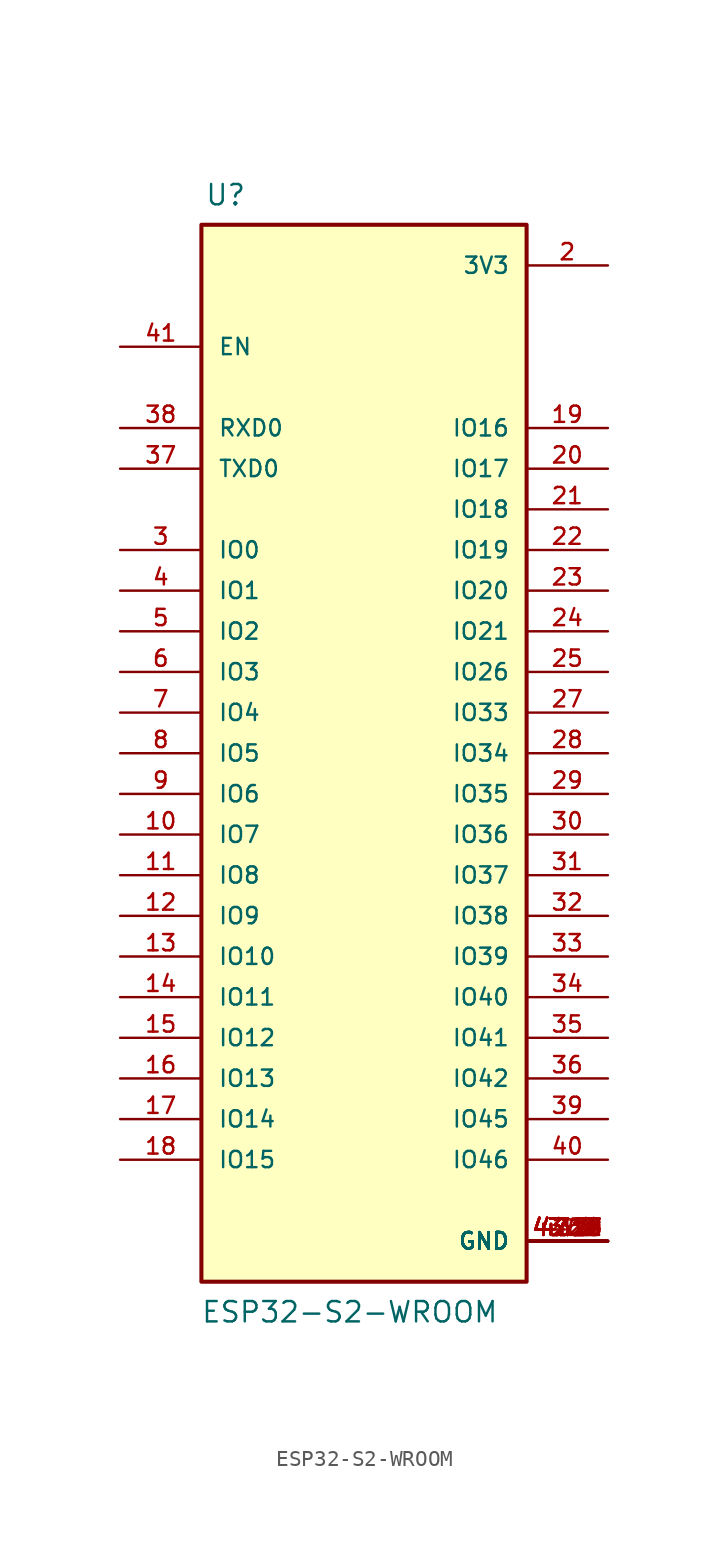
<source format=kicad_sym>
(kicad_symbol_lib
  (version 20211014)
  (generator kicad_symbol_editor)
  (symbol "ESP32-S2-WROOM"
    (pin_names
      (offset 1.016))
    (property "Reference" "U"
      (at -9.957 34.138 0)
      (effects (font (size 1.27 1.27)) (justify left bottom)))
    (property "Value" "ESP32-S2-WROOM"
      (at -10.211 -35.662 0)
      (effects (font (size 1.27 1.27)) (justify left bottom)))
    (property "ki_locked" ""
      (at 0 0 0)
      (effects (font (size 1.27 1.27))))
    (symbol "ESP32-S2-WROOM_0_0"
      (rectangle (start -10.16 -33.02) (end 10.16 33.02) (stroke (width 0.254) (type default) (color 0 0 0 0)) (fill (type background)))
      (pin power_in line (at 15.24 -30.48 180) (length 5.08) (name "GND" (effects (font (size 1.016 1.016)))) (number "1" (effects (font (size 1.016 1.016)))))
      (pin bidirectional line (at -15.24 -5.08 0) (length 5.08) (name "IO7" (effects (font (size 1.016 1.016)))) (number "10" (effects (font (size 1.016 1.016)))))
      (pin bidirectional line (at -15.24 -7.62 0) (length 5.08) (name "IO8" (effects (font (size 1.016 1.016)))) (number "11" (effects (font (size 1.016 1.016)))))
      (pin bidirectional line (at -15.24 -10.16 0) (length 5.08) (name "IO9" (effects (font (size 1.016 1.016)))) (number "12" (effects (font (size 1.016 1.016)))))
      (pin bidirectional line (at -15.24 -12.7 0) (length 5.08) (name "IO10" (effects (font (size 1.016 1.016)))) (number "13" (effects (font (size 1.016 1.016)))))
      (pin bidirectional line (at -15.24 -15.24 0) (length 5.08) (name "IO11" (effects (font (size 1.016 1.016)))) (number "14" (effects (font (size 1.016 1.016)))))
      (pin bidirectional line (at -15.24 -17.78 0) (length 5.08) (name "IO12" (effects (font (size 1.016 1.016)))) (number "15" (effects (font (size 1.016 1.016)))))
      (pin bidirectional line (at -15.24 -20.32 0) (length 5.08) (name "IO13" (effects (font (size 1.016 1.016)))) (number "16" (effects (font (size 1.016 1.016)))))
      (pin bidirectional line (at -15.24 -22.86 0) (length 5.08) (name "IO14" (effects (font (size 1.016 1.016)))) (number "17" (effects (font (size 1.016 1.016)))))
      (pin bidirectional line (at -15.24 -25.4 0) (length 5.08) (name "IO15" (effects (font (size 1.016 1.016)))) (number "18" (effects (font (size 1.016 1.016)))))
      (pin bidirectional line (at 15.24 20.32 180) (length 5.08) (name "IO16" (effects (font (size 1.016 1.016)))) (number "19" (effects (font (size 1.016 1.016)))))
      (pin power_in line (at 15.24 30.48 180) (length 5.08) (name "3V3" (effects (font (size 1.016 1.016)))) (number "2" (effects (font (size 1.016 1.016)))))
      (pin bidirectional line (at 15.24 17.78 180) (length 5.08) (name "IO17" (effects (font (size 1.016 1.016)))) (number "20" (effects (font (size 1.016 1.016)))))
      (pin bidirectional line (at 15.24 15.24 180) (length 5.08) (name "IO18" (effects (font (size 1.016 1.016)))) (number "21" (effects (font (size 1.016 1.016)))))
      (pin bidirectional line (at 15.24 12.7 180) (length 5.08) (name "IO19" (effects (font (size 1.016 1.016)))) (number "22" (effects (font (size 1.016 1.016)))))
      (pin bidirectional line (at 15.24 10.16 180) (length 5.08) (name "IO20" (effects (font (size 1.016 1.016)))) (number "23" (effects (font (size 1.016 1.016)))))
      (pin bidirectional line (at 15.24 7.62 180) (length 5.08) (name "IO21" (effects (font (size 1.016 1.016)))) (number "24" (effects (font (size 1.016 1.016)))))
      (pin bidirectional line (at 15.24 5.08 180) (length 5.08) (name "IO26" (effects (font (size 1.016 1.016)))) (number "25" (effects (font (size 1.016 1.016)))))
      (pin power_in line (at 15.24 -30.48 180) (length 5.08) (name "GND" (effects (font (size 1.016 1.016)))) (number "26" (effects (font (size 1.016 1.016)))))
      (pin bidirectional line (at 15.24 2.54 180) (length 5.08) (name "IO33" (effects (font (size 1.016 1.016)))) (number "27" (effects (font (size 1.016 1.016)))))
      (pin bidirectional line (at 15.24 0 180) (length 5.08) (name "IO34" (effects (font (size 1.016 1.016)))) (number "28" (effects (font (size 1.016 1.016)))))
      (pin bidirectional line (at 15.24 -2.54 180) (length 5.08) (name "IO35" (effects (font (size 1.016 1.016)))) (number "29" (effects (font (size 1.016 1.016)))))
      (pin bidirectional line (at -15.24 12.7 0) (length 5.08) (name "IO0" (effects (font (size 1.016 1.016)))) (number "3" (effects (font (size 1.016 1.016)))))
      (pin bidirectional line (at 15.24 -5.08 180) (length 5.08) (name "IO36" (effects (font (size 1.016 1.016)))) (number "30" (effects (font (size 1.016 1.016)))))
      (pin bidirectional line (at 15.24 -7.62 180) (length 5.08) (name "IO37" (effects (font (size 1.016 1.016)))) (number "31" (effects (font (size 1.016 1.016)))))
      (pin bidirectional line (at 15.24 -10.16 180) (length 5.08) (name "IO38" (effects (font (size 1.016 1.016)))) (number "32" (effects (font (size 1.016 1.016)))))
      (pin bidirectional line (at 15.24 -12.7 180) (length 5.08) (name "IO39" (effects (font (size 1.016 1.016)))) (number "33" (effects (font (size 1.016 1.016)))))
      (pin bidirectional line (at 15.24 -15.24 180) (length 5.08) (name "IO40" (effects (font (size 1.016 1.016)))) (number "34" (effects (font (size 1.016 1.016)))))
      (pin bidirectional line (at 15.24 -17.78 180) (length 5.08) (name "IO41" (effects (font (size 1.016 1.016)))) (number "35" (effects (font (size 1.016 1.016)))))
      (pin bidirectional line (at 15.24 -20.32 180) (length 5.08) (name "IO42" (effects (font (size 1.016 1.016)))) (number "36" (effects (font (size 1.016 1.016)))))
      (pin bidirectional line (at -15.24 17.78 0) (length 5.08) (name "TXD0" (effects (font (size 1.016 1.016)))) (number "37" (effects (font (size 1.016 1.016)))))
      (pin bidirectional line (at -15.24 20.32 0) (length 5.08) (name "RXD0" (effects (font (size 1.016 1.016)))) (number "38" (effects (font (size 1.016 1.016)))))
      (pin bidirectional line (at 15.24 -22.86 180) (length 5.08) (name "IO45" (effects (font (size 1.016 1.016)))) (number "39" (effects (font (size 1.016 1.016)))))
      (pin bidirectional line (at -15.24 10.16 0) (length 5.08) (name "IO1" (effects (font (size 1.016 1.016)))) (number "4" (effects (font (size 1.016 1.016)))))
      (pin bidirectional line (at 15.24 -25.4 180) (length 5.08) (name "IO46" (effects (font (size 1.016 1.016)))) (number "40" (effects (font (size 1.016 1.016)))))
      (pin input line (at -15.24 25.4 0) (length 5.08) (name "EN" (effects (font (size 1.016 1.016)))) (number "41" (effects (font (size 1.016 1.016)))))
      (pin power_in line (at 15.24 -30.48 180) (length 5.08) (name "GND" (effects (font (size 1.016 1.016)))) (number "42" (effects (font (size 1.016 1.016)))))
      (pin power_in line (at 15.24 -30.48 180) (length 5.08) (name "GND" (effects (font (size 1.016 1.016)))) (number "43.1" (effects (font (size 1.016 1.016)))))
      (pin power_in line (at 15.24 -30.48 180) (length 5.08) (name "GND" (effects (font (size 1.016 1.016)))) (number "43.10" (effects (font (size 1.016 1.016)))))
      (pin power_in line (at 15.24 -30.48 180) (length 5.08) (name "GND" (effects (font (size 1.016 1.016)))) (number "43.11" (effects (font (size 1.016 1.016)))))
      (pin power_in line (at 15.24 -30.48 180) (length 5.08) (name "GND" (effects (font (size 1.016 1.016)))) (number "43.12" (effects (font (size 1.016 1.016)))))
      (pin power_in line (at 15.24 -30.48 180) (length 5.08) (name "GND" (effects (font (size 1.016 1.016)))) (number "43.13" (effects (font (size 1.016 1.016)))))
      (pin power_in line (at 15.24 -30.48 180) (length 5.08) (name "GND" (effects (font (size 1.016 1.016)))) (number "43.14" (effects (font (size 1.016 1.016)))))
      (pin power_in line (at 15.24 -30.48 180) (length 5.08) (name "GND" (effects (font (size 1.016 1.016)))) (number "43.15" (effects (font (size 1.016 1.016)))))
      (pin power_in line (at 15.24 -30.48 180) (length 5.08) (name "GND" (effects (font (size 1.016 1.016)))) (number "43.16" (effects (font (size 1.016 1.016)))))
      (pin power_in line (at 15.24 -30.48 180) (length 5.08) (name "GND" (effects (font (size 1.016 1.016)))) (number "43.17" (effects (font (size 1.016 1.016)))))
      (pin power_in line (at 15.24 -30.48 180) (length 5.08) (name "GND" (effects (font (size 1.016 1.016)))) (number "43.18" (effects (font (size 1.016 1.016)))))
      (pin power_in line (at 15.24 -30.48 180) (length 5.08) (name "GND" (effects (font (size 1.016 1.016)))) (number "43.19" (effects (font (size 1.016 1.016)))))
      (pin power_in line (at 15.24 -30.48 180) (length 5.08) (name "GND" (effects (font (size 1.016 1.016)))) (number "43.2" (effects (font (size 1.016 1.016)))))
      (pin power_in line (at 15.24 -30.48 180) (length 5.08) (name "GND" (effects (font (size 1.016 1.016)))) (number "43.20" (effects (font (size 1.016 1.016)))))
      (pin power_in line (at 15.24 -30.48 180) (length 5.08) (name "GND" (effects (font (size 1.016 1.016)))) (number "43.21" (effects (font (size 1.016 1.016)))))
      (pin power_in line (at 15.24 -30.48 180) (length 5.08) (name "GND" (effects (font (size 1.016 1.016)))) (number "43.3" (effects (font (size 1.016 1.016)))))
      (pin power_in line (at 15.24 -30.48 180) (length 5.08) (name "GND" (effects (font (size 1.016 1.016)))) (number "43.4" (effects (font (size 1.016 1.016)))))
      (pin power_in line (at 15.24 -30.48 180) (length 5.08) (name "GND" (effects (font (size 1.016 1.016)))) (number "43.5" (effects (font (size 1.016 1.016)))))
      (pin power_in line (at 15.24 -30.48 180) (length 5.08) (name "GND" (effects (font (size 1.016 1.016)))) (number "43.6" (effects (font (size 1.016 1.016)))))
      (pin power_in line (at 15.24 -30.48 180) (length 5.08) (name "GND" (effects (font (size 1.016 1.016)))) (number "43.7" (effects (font (size 1.016 1.016)))))
      (pin power_in line (at 15.24 -30.48 180) (length 5.08) (name "GND" (effects (font (size 1.016 1.016)))) (number "43.8" (effects (font (size 1.016 1.016)))))
      (pin power_in line (at 15.24 -30.48 180) (length 5.08) (name "GND" (effects (font (size 1.016 1.016)))) (number "43.9" (effects (font (size 1.016 1.016)))))
      (pin bidirectional line (at -15.24 7.62 0) (length 5.08) (name "IO2" (effects (font (size 1.016 1.016)))) (number "5" (effects (font (size 1.016 1.016)))))
      (pin bidirectional line (at -15.24 5.08 0) (length 5.08) (name "IO3" (effects (font (size 1.016 1.016)))) (number "6" (effects (font (size 1.016 1.016)))))
      (pin bidirectional line (at -15.24 2.54 0) (length 5.08) (name "IO4" (effects (font (size 1.016 1.016)))) (number "7" (effects (font (size 1.016 1.016)))))
      (pin bidirectional line (at -15.24 0 0) (length 5.08) (name "IO5" (effects (font (size 1.016 1.016)))) (number "8" (effects (font (size 1.016 1.016)))))
      (pin bidirectional line (at -15.24 -2.54 0) (length 5.08) (name "IO6" (effects (font (size 1.016 1.016)))) (number "9" (effects (font (size 1.016 1.016))))))))
</source>
